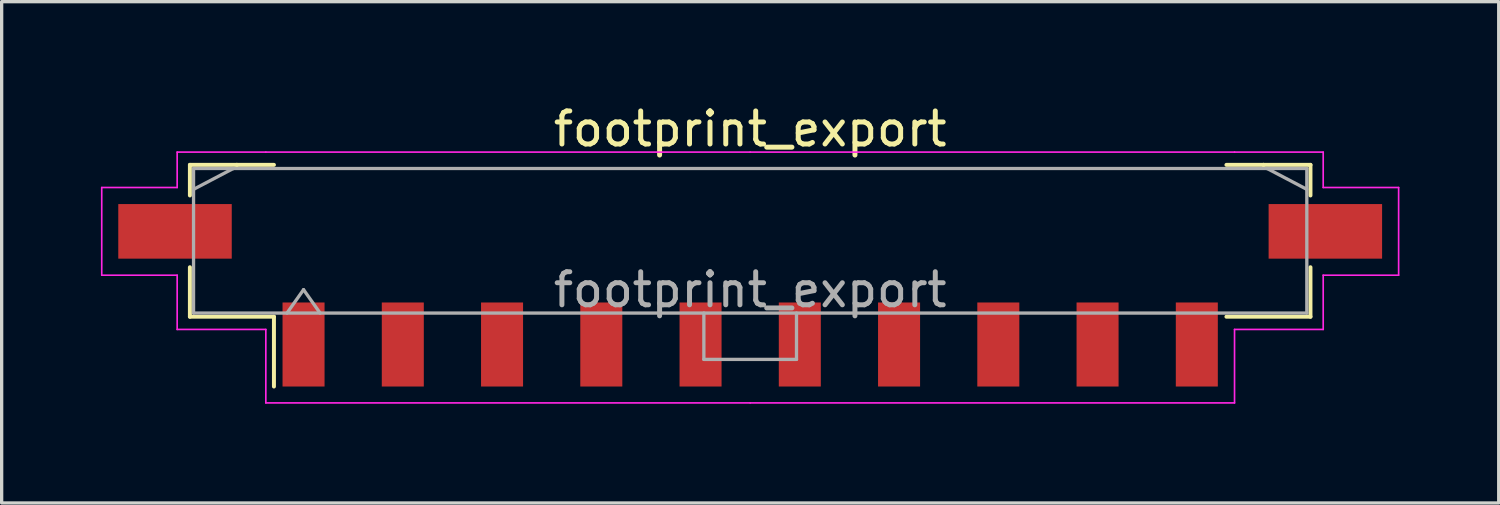
<source format=kicad_pcb>
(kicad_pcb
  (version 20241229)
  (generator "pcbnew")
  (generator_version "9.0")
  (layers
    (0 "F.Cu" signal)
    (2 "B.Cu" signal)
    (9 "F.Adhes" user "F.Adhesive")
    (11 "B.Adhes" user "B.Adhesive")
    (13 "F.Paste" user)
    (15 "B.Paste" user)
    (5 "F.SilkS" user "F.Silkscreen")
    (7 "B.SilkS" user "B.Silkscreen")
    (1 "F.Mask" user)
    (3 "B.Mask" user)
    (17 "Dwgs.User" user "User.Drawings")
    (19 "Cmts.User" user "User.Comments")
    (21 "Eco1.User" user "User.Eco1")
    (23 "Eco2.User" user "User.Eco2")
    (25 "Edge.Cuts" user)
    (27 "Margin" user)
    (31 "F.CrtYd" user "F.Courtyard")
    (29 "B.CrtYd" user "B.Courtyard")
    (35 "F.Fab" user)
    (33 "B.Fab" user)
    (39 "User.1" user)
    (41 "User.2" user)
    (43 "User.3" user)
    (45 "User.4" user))
  (footprint "footprint_export"
    (layer "F.Cu")
    (at 19.625 4.228)
    (property "Reference" "footprint_export" (at 0 -3.38 0) (layer "F.SilkS") (effects (font (size 1 1) (thickness 0.15))))
    (attr smd)
    (fp_line (start -16.935 -2.295) (end -15.515 -2.295) (stroke (width 0.12) (type solid)) (layer "F.SilkS"))
    (fp_line (start -16.935 -1.37) (end -16.935 -2.295) (stroke (width 0.12) (type solid)) (layer "F.SilkS"))
    (fp_line (start -16.935 0.8) (end -16.935 2.295) (stroke (width 0.12) (type solid)) (layer "F.SilkS"))
    (fp_line (start -16.935 2.295) (end -14.395 2.295) (stroke (width 0.12) (type solid)) (layer "F.SilkS"))
    (fp_line (start -15.515 -2.295) (end -15.515 -2.295) (stroke (width 0.12) (type solid)) (layer "F.SilkS"))
    (fp_line (start -15.515 -2.295) (end -14.395 -2.295) (stroke (width 0.12) (type solid)) (layer "F.SilkS"))
    (fp_line (start -14.395 2.295) (end -14.395 4.405) (stroke (width 0.12) (type solid)) (layer "F.SilkS"))
    (fp_line (start 15.515 -2.295) (end 14.395 -2.295) (stroke (width 0.12) (type solid)) (layer "F.SilkS"))
    (fp_line (start 15.515 -2.295) (end 15.515 -2.295) (stroke (width 0.12) (type solid)) (layer "F.SilkS"))
    (fp_line (start 16.935 -2.295) (end 15.515 -2.295) (stroke (width 0.12) (type solid)) (layer "F.SilkS"))
    (fp_line (start 16.935 -1.37) (end 16.935 -2.295) (stroke (width 0.12) (type solid)) (layer "F.SilkS"))
    (fp_line (start 16.935 0.8) (end 16.935 2.295) (stroke (width 0.12) (type solid)) (layer "F.SilkS"))
    (fp_line (start 16.935 2.295) (end 14.395 2.295) (stroke (width 0.12) (type solid)) (layer "F.SilkS"))
    (fp_line (start -19.6 -1.61) (end -19.6 1.04) (stroke (width 0.05) (type solid)) (layer "F.CrtYd"))
    (fp_line (start -19.6 1.04) (end -17.32 1.04) (stroke (width 0.05) (type solid)) (layer "F.CrtYd"))
    (fp_line (start -17.32 -2.68) (end -17.32 -1.61) (stroke (width 0.05) (type solid)) (layer "F.CrtYd"))
    (fp_line (start -17.32 -1.61) (end -19.6 -1.61) (stroke (width 0.05) (type solid)) (layer "F.CrtYd"))
    (fp_line (start -17.32 1.04) (end -17.32 2.68) (stroke (width 0.05) (type solid)) (layer "F.CrtYd"))
    (fp_line (start -17.32 2.68) (end -14.64 2.68) (stroke (width 0.05) (type solid)) (layer "F.CrtYd"))
    (fp_line (start -14.64 -2.68) (end -17.32 -2.68) (stroke (width 0.05) (type solid)) (layer "F.CrtYd"))
    (fp_line (start -14.64 2.68) (end -14.64 4.9) (stroke (width 0.05) (type solid)) (layer "F.CrtYd"))
    (fp_line (start -14.64 4.9) (end 0 4.9) (stroke (width 0.05) (type solid)) (layer "F.CrtYd"))
    (fp_line (start 0 -2.68) (end -14.64 -2.68) (stroke (width 0.05) (type solid)) (layer "F.CrtYd"))
    (fp_line (start 0 -2.68) (end 14.64 -2.68) (stroke (width 0.05) (type solid)) (layer "F.CrtYd"))
    (fp_line (start 14.64 -2.68) (end 17.32 -2.68) (stroke (width 0.05) (type solid)) (layer "F.CrtYd"))
    (fp_line (start 14.64 2.68) (end 14.64 4.9) (stroke (width 0.05) (type solid)) (layer "F.CrtYd"))
    (fp_line (start 14.64 4.9) (end 0 4.9) (stroke (width 0.05) (type solid)) (layer "F.CrtYd"))
    (fp_line (start 17.32 -2.68) (end 17.32 -1.61) (stroke (width 0.05) (type solid)) (layer "F.CrtYd"))
    (fp_line (start 17.32 -1.61) (end 19.6 -1.61) (stroke (width 0.05) (type solid)) (layer "F.CrtYd"))
    (fp_line (start 17.32 1.04) (end 17.32 2.68) (stroke (width 0.05) (type solid)) (layer "F.CrtYd"))
    (fp_line (start 17.32 2.68) (end 14.64 2.68) (stroke (width 0.05) (type solid)) (layer "F.CrtYd"))
    (fp_line (start 19.6 -1.61) (end 19.6 1.04) (stroke (width 0.05) (type solid)) (layer "F.CrtYd"))
    (fp_line (start 19.6 1.04) (end 17.32 1.04) (stroke (width 0.05) (type solid)) (layer "F.CrtYd"))
    (fp_line (start -16.825 -2.185) (end -16.825 2.185) (stroke (width 0.1) (type solid)) (layer "F.Fab"))
    (fp_line (start -16.825 -1.555) (end -15.625 -2.185) (stroke (width 0.1) (type solid)) (layer "F.Fab"))
    (fp_line (start -16.825 2.185) (end 16.825 2.185) (stroke (width 0.1) (type solid)) (layer "F.Fab"))
    (fp_line (start -15.625 -2.185) (end -16.825 -2.185) (stroke (width 0.1) (type solid)) (layer "F.Fab"))
    (fp_line (start -15.625 -2.185) (end -15.625 -2.185) (stroke (width 0.1) (type solid)) (layer "F.Fab"))
    (fp_line (start -14 2.185) (end -13.5 1.478) (stroke (width 0.1) (type solid)) (layer "F.Fab"))
    (fp_line (start -13.5 1.478) (end -13 2.185) (stroke (width 0.1) (type solid)) (layer "F.Fab"))
    (fp_line (start -1.4 2.185) (end -1.4 3.585) (stroke (width 0.1) (type solid)) (layer "F.Fab"))
    (fp_line (start -1.4 3.585) (end 1.4 3.585) (stroke (width 0.1) (type solid)) (layer "F.Fab"))
    (fp_line (start 1.4 3.585) (end 1.4 2.185) (stroke (width 0.1) (type solid)) (layer "F.Fab"))
    (fp_line (start 15.625 -2.185) (end -15.625 -2.185) (stroke (width 0.1) (type solid)) (layer "F.Fab"))
    (fp_line (start 15.625 -2.185) (end 15.625 -2.185) (stroke (width 0.1) (type solid)) (layer "F.Fab"))
    (fp_line (start 16.825 -2.185) (end 15.625 -2.185) (stroke (width 0.1) (type solid)) (layer "F.Fab"))
    (fp_line (start 16.825 -1.555) (end 15.625 -2.185) (stroke (width 0.1) (type solid)) (layer "F.Fab"))
    (fp_line (start 16.825 2.185) (end 16.825 -2.185) (stroke (width 0.1) (type solid)) (layer "F.Fab"))
    (fp_text user "${REFERENCE}" (at 0 1.48 0) (layer "F.Fab") (effects (font (size 1 1) (thickness 0.15))))
    (pad "1" smd rect (at -13.5 3.135) (size 1.27 2.54) (layers "F.Cu" "F.Mask" "F.Paste"))
    (pad "2" smd rect (at -10.5 3.135) (size 1.27 2.54) (layers "F.Cu" "F.Mask" "F.Paste"))
    (pad "3" smd rect (at -7.5 3.135) (size 1.27 2.54) (layers "F.Cu" "F.Mask" "F.Paste"))
    (pad "4" smd rect (at -4.5 3.135) (size 1.27 2.54) (layers "F.Cu" "F.Mask" "F.Paste"))
    (pad "5" smd rect (at -1.5 3.135) (size 1.27 2.54) (layers "F.Cu" "F.Mask" "F.Paste"))
    (pad "6" smd rect (at 1.5 3.135) (size 1.27 2.54) (layers "F.Cu" "F.Mask" "F.Paste"))
    (pad "7" smd rect (at 4.5 3.135) (size 1.27 2.54) (layers "F.Cu" "F.Mask" "F.Paste"))
    (pad "8" smd rect (at 7.5 3.135) (size 1.27 2.54) (layers "F.Cu" "F.Mask" "F.Paste"))
    (pad "9" smd rect (at 10.5 3.135) (size 1.27 2.54) (layers "F.Cu" "F.Mask" "F.Paste"))
    (pad "10" smd rect (at 13.5 3.135) (size 1.27 2.54) (layers "F.Cu" "F.Mask" "F.Paste"))
    (pad "MP" smd rect (at -17.385 -0.285) (size 3.43 1.65) (layers "F.Cu" "F.Mask" "F.Paste"))
    (pad "MP" smd rect (at 17.385 -0.285) (size 3.43 1.65) (layers "F.Cu" "F.Mask" "F.Paste")))
  (gr_rect
    (start -3 -3)
    (end 42.25 12.153)
    (stroke (width 0.1) (type default))
    (fill no)
    (layer "Edge.Cuts")))
</source>
